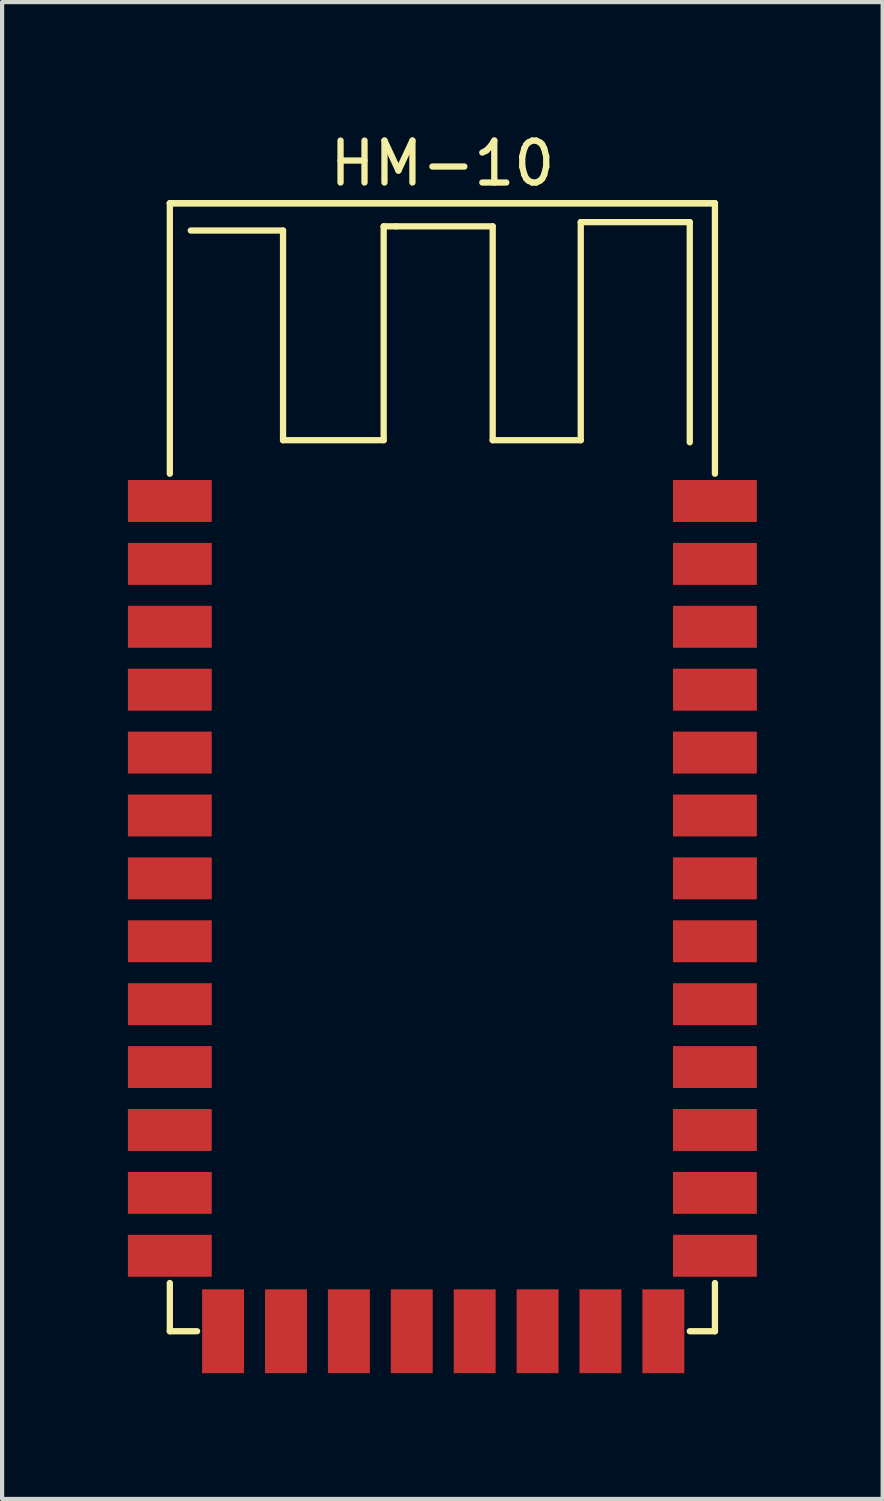
<source format=kicad_pcb>
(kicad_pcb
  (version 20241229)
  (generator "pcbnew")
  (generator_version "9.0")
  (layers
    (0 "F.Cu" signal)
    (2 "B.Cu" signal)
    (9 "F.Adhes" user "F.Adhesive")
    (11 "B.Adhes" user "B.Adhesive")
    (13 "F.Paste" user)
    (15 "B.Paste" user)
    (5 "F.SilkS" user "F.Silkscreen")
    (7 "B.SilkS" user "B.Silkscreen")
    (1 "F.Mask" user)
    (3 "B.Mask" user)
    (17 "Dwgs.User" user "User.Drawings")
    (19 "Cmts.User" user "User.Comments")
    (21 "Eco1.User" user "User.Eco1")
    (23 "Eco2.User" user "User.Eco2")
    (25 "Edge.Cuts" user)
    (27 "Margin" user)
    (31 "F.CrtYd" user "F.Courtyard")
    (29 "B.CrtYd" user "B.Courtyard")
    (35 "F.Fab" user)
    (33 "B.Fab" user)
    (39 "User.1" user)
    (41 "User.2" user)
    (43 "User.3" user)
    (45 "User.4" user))
  (footprint "HM-10"
    (layer "F.Cu")
    (at 7.5 15.248)
    (property "Reference" "HM-10" (at 0 -14.4 0) (layer "F.SilkS") (effects (font (size 1 1) (thickness 0.15))))
    (attr through_hole)
    (fp_line (start -6.5 -13.45) (end -6.5 -7) (stroke (width 0.15) (type solid)) (layer "F.SilkS"))
    (fp_line (start -6.5 -13.45) (end 6.5 -13.45) (stroke (width 0.15) (type solid)) (layer "F.SilkS"))
    (fp_line (start -6.5 13.45) (end -6.5 12.3) (stroke (width 0.15) (type solid)) (layer "F.SilkS"))
    (fp_line (start -5.85 13.45) (end -6.5 13.45) (stroke (width 0.15) (type solid)) (layer "F.SilkS"))
    (fp_line (start -3.8 -12.8) (end -6 -12.8) (stroke (width 0.15) (type solid)) (layer "F.SilkS"))
    (fp_line (start -3.8 -7.8) (end -3.8 -12.8) (stroke (width 0.15) (type solid)) (layer "F.SilkS"))
    (fp_line (start -1.4 -12.9) (end -1.4 -7.8) (stroke (width 0.15) (type solid)) (layer "F.SilkS"))
    (fp_line (start -1.4 -7.8) (end -3.8 -7.8) (stroke (width 0.15) (type solid)) (layer "F.SilkS"))
    (fp_line (start -1.1 -12.9) (end -1.4 -12.9) (stroke (width 0.15) (type solid)) (layer "F.SilkS"))
    (fp_line (start 1.2 -12.9) (end -1.1 -12.9) (stroke (width 0.15) (type solid)) (layer "F.SilkS"))
    (fp_line (start 1.2 -7.8) (end 1.2 -12.9) (stroke (width 0.15) (type solid)) (layer "F.SilkS"))
    (fp_line (start 3.3 -13) (end 3.3 -7.8) (stroke (width 0.15) (type solid)) (layer "F.SilkS"))
    (fp_line (start 3.3 -7.8) (end 1.2 -7.8) (stroke (width 0.15) (type solid)) (layer "F.SilkS"))
    (fp_line (start 5.9 -13) (end 3.3 -13) (stroke (width 0.15) (type solid)) (layer "F.SilkS"))
    (fp_line (start 5.9 -7.75) (end 5.9 -13) (stroke (width 0.15) (type solid)) (layer "F.SilkS"))
    (fp_line (start 5.9 13.45) (end 6.5 13.45) (stroke (width 0.15) (type solid)) (layer "F.SilkS"))
    (fp_line (start 6.5 -13.45) (end -6.5 -13.45) (stroke (width 0.15) (type solid)) (layer "F.SilkS"))
    (fp_line (start 6.5 -7) (end 6.5 -13.45) (stroke (width 0.15) (type solid)) (layer "F.SilkS"))
    (fp_line (start 6.5 13.45) (end 6.5 12.3) (stroke (width 0.15) (type solid)) (layer "F.SilkS"))
    (pad "1" smd rect (at -6.5 -6.35) (size 2 1) (layers "F.Cu" "F.Mask" "F.Paste"))
    (pad "2" smd rect (at -6.5 -4.85) (size 2 1) (layers "F.Cu" "F.Mask" "F.Paste"))
    (pad "3" smd rect (at -6.5 -3.35) (size 2 1) (layers "F.Cu" "F.Mask" "F.Paste"))
    (pad "4" smd rect (at -6.5 -1.85) (size 2 1) (layers "F.Cu" "F.Mask" "F.Paste"))
    (pad "5" smd rect (at -6.5 -0.35) (size 2 1) (layers "F.Cu" "F.Mask" "F.Paste"))
    (pad "6" smd rect (at -6.5 1.15) (size 2 1) (layers "F.Cu" "F.Mask" "F.Paste"))
    (pad "7" smd rect (at -6.5 2.65) (size 2 1) (layers "F.Cu" "F.Mask" "F.Paste"))
    (pad "8" smd rect (at -6.5 4.15) (size 2 1) (layers "F.Cu" "F.Mask" "F.Paste"))
    (pad "9" smd rect (at -6.5 5.65) (size 2 1) (layers "F.Cu" "F.Mask" "F.Paste"))
    (pad "10" smd rect (at -6.5 7.15) (size 2 1) (layers "F.Cu" "F.Mask" "F.Paste"))
    (pad "11" smd rect (at -6.5 8.65) (size 2 1) (layers "F.Cu" "F.Mask" "F.Paste"))
    (pad "12" smd rect (at -6.5 10.15) (size 2 1) (layers "F.Cu" "F.Mask" "F.Paste"))
    (pad "13" smd rect (at -6.5 11.65) (size 2 1) (layers "F.Cu" "F.Mask" "F.Paste"))
    (pad "14" smd rect (at -5.23 13.45) (size 1 2) (layers "F.Cu" "F.Mask" "F.Paste"))
    (pad "15" smd rect (at -3.73 13.45) (size 1 2) (layers "F.Cu" "F.Mask" "F.Paste"))
    (pad "16" smd rect (at -2.23 13.45) (size 1 2) (layers "F.Cu" "F.Mask" "F.Paste"))
    (pad "17" smd rect (at -0.73 13.45) (size 1 2) (layers "F.Cu" "F.Mask" "F.Paste"))
    (pad "18" smd rect (at 0.77 13.45) (size 1 2) (layers "F.Cu" "F.Mask" "F.Paste"))
    (pad "19" smd rect (at 2.27 13.45) (size 1 2) (layers "F.Cu" "F.Mask" "F.Paste"))
    (pad "20" smd rect (at 3.77 13.45) (size 1 2) (layers "F.Cu" "F.Mask" "F.Paste"))
    (pad "21" smd rect (at 5.27 13.45) (size 1 2) (layers "F.Cu" "F.Mask" "F.Paste"))
    (pad "22" smd rect (at 6.5 11.65) (size 2 1) (layers "F.Cu" "F.Mask" "F.Paste"))
    (pad "23" smd rect (at 6.5 10.15) (size 2 1) (layers "F.Cu" "F.Mask" "F.Paste"))
    (pad "24" smd rect (at 6.5 8.65) (size 2 1) (layers "F.Cu" "F.Mask" "F.Paste"))
    (pad "25" smd rect (at 6.5 7.15) (size 2 1) (layers "F.Cu" "F.Mask" "F.Paste"))
    (pad "26" smd rect (at 6.5 5.65) (size 2 1) (layers "F.Cu" "F.Mask" "F.Paste"))
    (pad "27" smd rect (at 6.5 4.15) (size 2 1) (layers "F.Cu" "F.Mask" "F.Paste"))
    (pad "28" smd rect (at 6.5 2.65) (size 2 1) (layers "F.Cu" "F.Mask" "F.Paste"))
    (pad "29" smd rect (at 6.5 1.15) (size 2 1) (layers "F.Cu" "F.Mask" "F.Paste"))
    (pad "30" smd rect (at 6.5 -0.35) (size 2 1) (layers "F.Cu" "F.Mask" "F.Paste"))
    (pad "31" smd rect (at 6.5 -1.85) (size 2 1) (layers "F.Cu" "F.Mask" "F.Paste"))
    (pad "32" smd rect (at 6.5 -3.35) (size 2 1) (layers "F.Cu" "F.Mask" "F.Paste"))
    (pad "33" smd rect (at 6.5 -4.85) (size 2 1) (layers "F.Cu" "F.Mask" "F.Paste"))
    (pad "34" smd rect (at 6.5 -6.35) (size 2 1) (layers "F.Cu" "F.Mask" "F.Paste")))
  (gr_rect
    (start -3 -3)
    (end 18 32.698)
    (stroke (width 0.1) (type default))
    (fill no)
    (layer "Edge.Cuts")))
</source>
